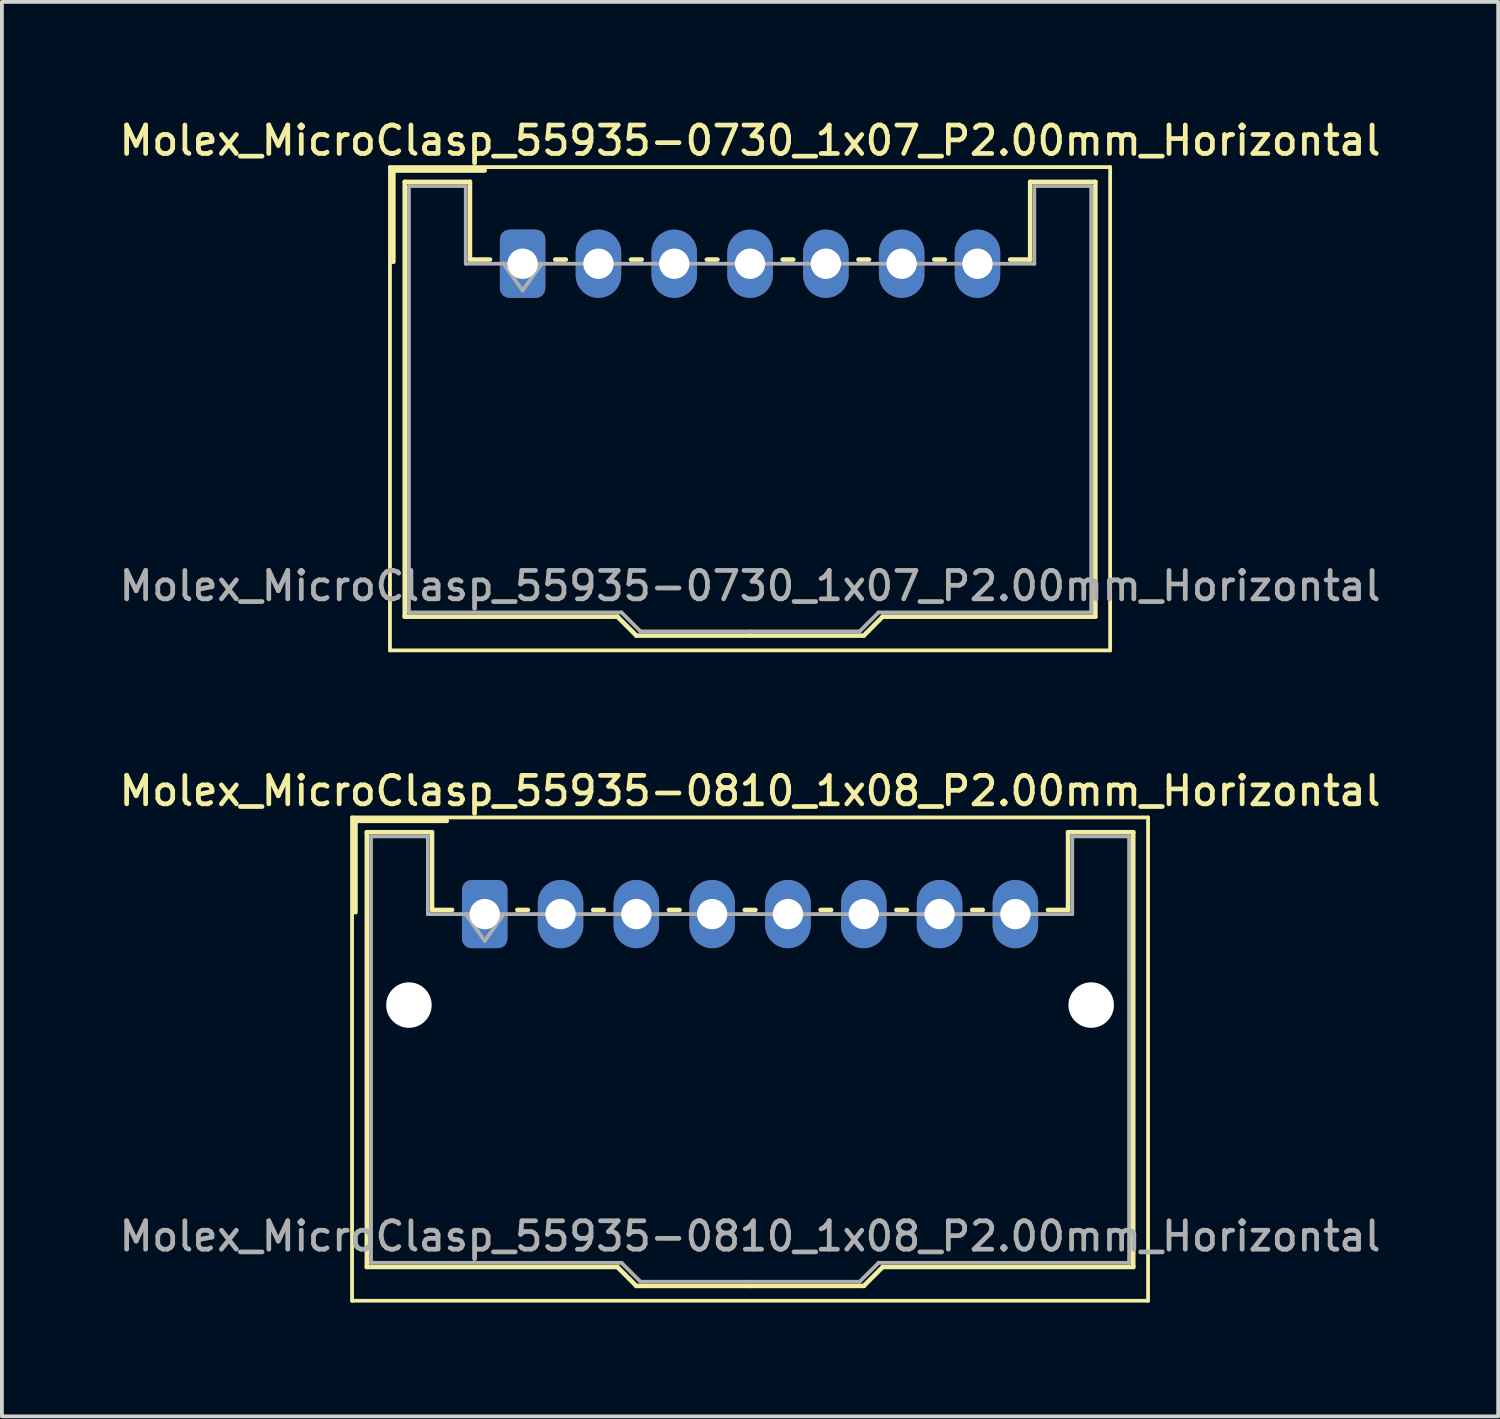
<source format=kicad_pcb>
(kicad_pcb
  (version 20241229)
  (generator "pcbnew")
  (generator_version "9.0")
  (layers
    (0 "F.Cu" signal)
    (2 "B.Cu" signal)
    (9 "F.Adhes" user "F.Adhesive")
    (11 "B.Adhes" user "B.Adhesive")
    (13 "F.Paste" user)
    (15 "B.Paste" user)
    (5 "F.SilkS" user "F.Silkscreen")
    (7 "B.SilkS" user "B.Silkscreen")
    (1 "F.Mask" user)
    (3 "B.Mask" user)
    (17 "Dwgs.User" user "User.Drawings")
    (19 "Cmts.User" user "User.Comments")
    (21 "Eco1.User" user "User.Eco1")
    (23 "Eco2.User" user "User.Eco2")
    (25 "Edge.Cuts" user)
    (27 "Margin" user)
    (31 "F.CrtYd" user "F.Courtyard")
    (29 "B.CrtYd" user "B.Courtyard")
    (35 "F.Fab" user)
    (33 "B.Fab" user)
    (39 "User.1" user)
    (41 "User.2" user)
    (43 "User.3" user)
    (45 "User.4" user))
  (footprint "Molex_MicroClasp_55935-0730_1x07_P2.00mm_Horizontal"
    (layer "F.Cu")
    (at 10.738 3.908)
    (property "Reference" "Molex_MicroClasp_55935-0730_1x07_P2.00mm_Horizontal" (at 6 -3.25 0) (layer "F.SilkS") (effects (font (size 0.75 0.75) (thickness 0.125))))
    (attr through_hole)
    (fp_line (start -3.5 -2.55) (end -3.5 10.2) (stroke (width 0.1) (type solid)) (layer "F.SilkS"))
    (fp_line (start -3.5 10.2) (end 15.5 10.2) (stroke (width 0.1) (type solid)) (layer "F.SilkS"))
    (fp_line (start -3.41 -2.46) (end -1 -2.46) (stroke (width 0.12) (type solid)) (layer "F.SilkS"))
    (fp_line (start -3.41 -0.05) (end -3.41 -2.46) (stroke (width 0.12) (type solid)) (layer "F.SilkS"))
    (fp_line (start -3.11 -2.16) (end -1.39 -2.16) (stroke (width 0.12) (type solid)) (layer "F.SilkS"))
    (fp_line (start -3.11 9.31) (end -3.11 -2.16) (stroke (width 0.12) (type solid)) (layer "F.SilkS"))
    (fp_line (start -1.39 -2.16) (end -1.39 -0.11) (stroke (width 0.12) (type solid)) (layer "F.SilkS"))
    (fp_line (start -1.39 -0.11) (end -0.86 -0.11) (stroke (width 0.12) (type solid)) (layer "F.SilkS"))
    (fp_line (start 0.86 -0.11) (end 1.14 -0.11) (stroke (width 0.12) (type solid)) (layer "F.SilkS"))
    (fp_line (start 2.5 9.31) (end -3.11 9.31) (stroke (width 0.12) (type solid)) (layer "F.SilkS"))
    (fp_line (start 2.86 -0.11) (end 3.14 -0.11) (stroke (width 0.12) (type solid)) (layer "F.SilkS"))
    (fp_line (start 3 9.81) (end 2.5 9.31) (stroke (width 0.12) (type solid)) (layer "F.SilkS"))
    (fp_line (start 4.86 -0.11) (end 5.14 -0.11) (stroke (width 0.12) (type solid)) (layer "F.SilkS"))
    (fp_line (start 6 9.81) (end 3 9.81) (stroke (width 0.12) (type solid)) (layer "F.SilkS"))
    (fp_line (start 6 9.81) (end 9 9.81) (stroke (width 0.12) (type solid)) (layer "F.SilkS"))
    (fp_line (start 6.86 -0.11) (end 7.14 -0.11) (stroke (width 0.12) (type solid)) (layer "F.SilkS"))
    (fp_line (start 8.86 -0.11) (end 9.14 -0.11) (stroke (width 0.12) (type solid)) (layer "F.SilkS"))
    (fp_line (start 9 9.81) (end 9.5 9.31) (stroke (width 0.12) (type solid)) (layer "F.SilkS"))
    (fp_line (start 9.5 9.31) (end 15.11 9.31) (stroke (width 0.12) (type solid)) (layer "F.SilkS"))
    (fp_line (start 10.86 -0.11) (end 11.14 -0.11) (stroke (width 0.12) (type solid)) (layer "F.SilkS"))
    (fp_line (start 13.39 -2.16) (end 13.39 -0.11) (stroke (width 0.12) (type solid)) (layer "F.SilkS"))
    (fp_line (start 13.39 -0.11) (end 12.86 -0.11) (stroke (width 0.12) (type solid)) (layer "F.SilkS"))
    (fp_line (start 15.11 -2.16) (end 13.39 -2.16) (stroke (width 0.12) (type solid)) (layer "F.SilkS"))
    (fp_line (start 15.11 9.31) (end 15.11 -2.16) (stroke (width 0.12) (type solid)) (layer "F.SilkS"))
    (fp_line (start 15.5 -2.55) (end -3.5 -2.55) (stroke (width 0.1) (type solid)) (layer "F.SilkS"))
    (fp_line (start 15.5 10.2) (end 15.5 -2.55) (stroke (width 0.1) (type solid)) (layer "F.SilkS"))
    (fp_line (start -3 -2.05) (end -1.5 -2.05) (stroke (width 0.1) (type solid)) (layer "F.Fab"))
    (fp_line (start -3 9.2) (end -3 -2.05) (stroke (width 0.1) (type solid)) (layer "F.Fab"))
    (fp_line (start -1.5 -2.05) (end -1.5 0) (stroke (width 0.1) (type solid)) (layer "F.Fab"))
    (fp_line (start -1.5 0) (end 6 0) (stroke (width 0.1) (type solid)) (layer "F.Fab"))
    (fp_line (start -0.5 0) (end 0 0.707) (stroke (width 0.1) (type solid)) (layer "F.Fab"))
    (fp_line (start 0 0.707) (end 0.5 0) (stroke (width 0.1) (type solid)) (layer "F.Fab"))
    (fp_line (start 2.61 9.2) (end -3 9.2) (stroke (width 0.1) (type solid)) (layer "F.Fab"))
    (fp_line (start 3.11 9.7) (end 2.61 9.2) (stroke (width 0.1) (type solid)) (layer "F.Fab"))
    (fp_line (start 6 9.7) (end 3.11 9.7) (stroke (width 0.1) (type solid)) (layer "F.Fab"))
    (fp_line (start 6 9.7) (end 8.89 9.7) (stroke (width 0.1) (type solid)) (layer "F.Fab"))
    (fp_line (start 8.89 9.7) (end 9.39 9.2) (stroke (width 0.1) (type solid)) (layer "F.Fab"))
    (fp_line (start 9.39 9.2) (end 15 9.2) (stroke (width 0.1) (type solid)) (layer "F.Fab"))
    (fp_line (start 13.5 -2.05) (end 13.5 0) (stroke (width 0.1) (type solid)) (layer "F.Fab"))
    (fp_line (start 13.5 0) (end 6 0) (stroke (width 0.1) (type solid)) (layer "F.Fab"))
    (fp_line (start 15 -2.05) (end 13.5 -2.05) (stroke (width 0.1) (type solid)) (layer "F.Fab"))
    (fp_line (start 15 9.2) (end 15 -2.05) (stroke (width 0.1) (type solid)) (layer "F.Fab"))
    (fp_text user "${REFERENCE}" (at 6 8.5 0) (layer "F.Fab") (effects (font (size 0.75 0.75) (thickness 0.125))))
    (pad "1" thru_hole roundrect (at 0 0) (size 1.2 1.8) (drill 0.8) (layers "*.Cu" "*.Mask") (roundrect_rratio 0.208))
    (pad "2" thru_hole oval (at 2 0) (size 1.2 1.8) (drill 0.8) (layers "*.Cu" "*.Mask"))
    (pad "3" thru_hole oval (at 4 0) (size 1.2 1.8) (drill 0.8) (layers "*.Cu" "*.Mask"))
    (pad "4" thru_hole oval (at 6 0) (size 1.2 1.8) (drill 0.8) (layers "*.Cu" "*.Mask"))
    (pad "5" thru_hole oval (at 8 0) (size 1.2 1.8) (drill 0.8) (layers "*.Cu" "*.Mask"))
    (pad "6" thru_hole oval (at 10 0) (size 1.2 1.8) (drill 0.8) (layers "*.Cu" "*.Mask"))
    (pad "7" thru_hole oval (at 12 0) (size 1.2 1.8) (drill 0.8) (layers "*.Cu" "*.Mask")))
  (footprint "Molex_MicroClasp_55935-0810_1x08_P2.00mm_Horizontal"
    (layer "F.Cu")
    (at 9.738 21.066)
    (property "Reference" "Molex_MicroClasp_55935-0810_1x08_P2.00mm_Horizontal" (at 7 -3.25 0) (layer "F.SilkS") (effects (font (size 0.75 0.75) (thickness 0.125))))
    (attr through_hole)
    (fp_line (start -3.5 -2.55) (end -3.5 10.2) (stroke (width 0.1) (type solid)) (layer "F.SilkS"))
    (fp_line (start -3.5 10.2) (end 17.5 10.2) (stroke (width 0.1) (type solid)) (layer "F.SilkS"))
    (fp_line (start -3.41 -2.46) (end -1 -2.46) (stroke (width 0.12) (type solid)) (layer "F.SilkS"))
    (fp_line (start -3.41 -0.05) (end -3.41 -2.46) (stroke (width 0.12) (type solid)) (layer "F.SilkS"))
    (fp_line (start -3.11 -2.16) (end -1.39 -2.16) (stroke (width 0.12) (type solid)) (layer "F.SilkS"))
    (fp_line (start -3.11 9.31) (end -3.11 -2.16) (stroke (width 0.12) (type solid)) (layer "F.SilkS"))
    (fp_line (start -1.39 -2.16) (end -1.39 -0.11) (stroke (width 0.12) (type solid)) (layer "F.SilkS"))
    (fp_line (start -1.39 -0.11) (end -0.86 -0.11) (stroke (width 0.12) (type solid)) (layer "F.SilkS"))
    (fp_line (start 0.86 -0.11) (end 1.14 -0.11) (stroke (width 0.12) (type solid)) (layer "F.SilkS"))
    (fp_line (start 2.86 -0.11) (end 3.14 -0.11) (stroke (width 0.12) (type solid)) (layer "F.SilkS"))
    (fp_line (start 3.5 9.31) (end -3.11 9.31) (stroke (width 0.12) (type solid)) (layer "F.SilkS"))
    (fp_line (start 4 9.81) (end 3.5 9.31) (stroke (width 0.12) (type solid)) (layer "F.SilkS"))
    (fp_line (start 4.86 -0.11) (end 5.14 -0.11) (stroke (width 0.12) (type solid)) (layer "F.SilkS"))
    (fp_line (start 6.86 -0.11) (end 7.14 -0.11) (stroke (width 0.12) (type solid)) (layer "F.SilkS"))
    (fp_line (start 7 9.81) (end 4 9.81) (stroke (width 0.12) (type solid)) (layer "F.SilkS"))
    (fp_line (start 7 9.81) (end 10 9.81) (stroke (width 0.12) (type solid)) (layer "F.SilkS"))
    (fp_line (start 8.86 -0.11) (end 9.14 -0.11) (stroke (width 0.12) (type solid)) (layer "F.SilkS"))
    (fp_line (start 10 9.81) (end 10.5 9.31) (stroke (width 0.12) (type solid)) (layer "F.SilkS"))
    (fp_line (start 10.5 9.31) (end 17.11 9.31) (stroke (width 0.12) (type solid)) (layer "F.SilkS"))
    (fp_line (start 10.86 -0.11) (end 11.14 -0.11) (stroke (width 0.12) (type solid)) (layer "F.SilkS"))
    (fp_line (start 12.86 -0.11) (end 13.14 -0.11) (stroke (width 0.12) (type solid)) (layer "F.SilkS"))
    (fp_line (start 15.39 -2.16) (end 15.39 -0.11) (stroke (width 0.12) (type solid)) (layer "F.SilkS"))
    (fp_line (start 15.39 -0.11) (end 14.86 -0.11) (stroke (width 0.12) (type solid)) (layer "F.SilkS"))
    (fp_line (start 17.11 -2.16) (end 15.39 -2.16) (stroke (width 0.12) (type solid)) (layer "F.SilkS"))
    (fp_line (start 17.11 9.31) (end 17.11 -2.16) (stroke (width 0.12) (type solid)) (layer "F.SilkS"))
    (fp_line (start 17.5 -2.55) (end -3.5 -2.55) (stroke (width 0.1) (type solid)) (layer "F.SilkS"))
    (fp_line (start 17.5 10.2) (end 17.5 -2.55) (stroke (width 0.1) (type solid)) (layer "F.SilkS"))
    (fp_line (start -3 -2.05) (end -1.5 -2.05) (stroke (width 0.1) (type solid)) (layer "F.Fab"))
    (fp_line (start -3 9.2) (end -3 -2.05) (stroke (width 0.1) (type solid)) (layer "F.Fab"))
    (fp_line (start -1.5 -2.05) (end -1.5 0) (stroke (width 0.1) (type solid)) (layer "F.Fab"))
    (fp_line (start -1.5 0) (end 7 0) (stroke (width 0.1) (type solid)) (layer "F.Fab"))
    (fp_line (start -0.5 0) (end 0 0.707) (stroke (width 0.1) (type solid)) (layer "F.Fab"))
    (fp_line (start 0 0.707) (end 0.5 0) (stroke (width 0.1) (type solid)) (layer "F.Fab"))
    (fp_line (start 3.61 9.2) (end -3 9.2) (stroke (width 0.1) (type solid)) (layer "F.Fab"))
    (fp_line (start 4.11 9.7) (end 3.61 9.2) (stroke (width 0.1) (type solid)) (layer "F.Fab"))
    (fp_line (start 7 9.7) (end 4.11 9.7) (stroke (width 0.1) (type solid)) (layer "F.Fab"))
    (fp_line (start 7 9.7) (end 9.89 9.7) (stroke (width 0.1) (type solid)) (layer "F.Fab"))
    (fp_line (start 9.89 9.7) (end 10.39 9.2) (stroke (width 0.1) (type solid)) (layer "F.Fab"))
    (fp_line (start 10.39 9.2) (end 17 9.2) (stroke (width 0.1) (type solid)) (layer "F.Fab"))
    (fp_line (start 15.5 -2.05) (end 15.5 0) (stroke (width 0.1) (type solid)) (layer "F.Fab"))
    (fp_line (start 15.5 0) (end 7 0) (stroke (width 0.1) (type solid)) (layer "F.Fab"))
    (fp_line (start 17 -2.05) (end 15.5 -2.05) (stroke (width 0.1) (type solid)) (layer "F.Fab"))
    (fp_line (start 17 9.2) (end 17 -2.05) (stroke (width 0.1) (type solid)) (layer "F.Fab"))
    (fp_text user "${REFERENCE}" (at 7 8.5 0) (layer "F.Fab") (effects (font (size 0.75 0.75) (thickness 0.125))))
    (pad "" np_thru_hole circle (at -2 2.4) (size 1.2 1.2) (drill 1.2) (layers "*.Cu" "*.Mask"))
    (pad "" np_thru_hole circle (at 16 2.4) (size 1.2 1.2) (drill 1.2) (layers "*.Cu" "*.Mask"))
    (pad "1" thru_hole roundrect (at 0 0) (size 1.2 1.8) (drill 0.8) (layers "*.Cu" "*.Mask") (roundrect_rratio 0.208))
    (pad "2" thru_hole oval (at 2 0) (size 1.2 1.8) (drill 0.8) (layers "*.Cu" "*.Mask"))
    (pad "3" thru_hole oval (at 4 0) (size 1.2 1.8) (drill 0.8) (layers "*.Cu" "*.Mask"))
    (pad "4" thru_hole oval (at 6 0) (size 1.2 1.8) (drill 0.8) (layers "*.Cu" "*.Mask"))
    (pad "5" thru_hole oval (at 8 0) (size 1.2 1.8) (drill 0.8) (layers "*.Cu" "*.Mask"))
    (pad "6" thru_hole oval (at 10 0) (size 1.2 1.8) (drill 0.8) (layers "*.Cu" "*.Mask"))
    (pad "7" thru_hole oval (at 12 0) (size 1.2 1.8) (drill 0.8) (layers "*.Cu" "*.Mask"))
    (pad "8" thru_hole oval (at 14 0) (size 1.2 1.8) (drill 0.8) (layers "*.Cu" "*.Mask")))
  (gr_rect
    (start -3 -3)
    (end 36.475 34.316)
    (stroke (width 0.1) (type default))
    (fill no)
    (layer "Edge.Cuts")))
</source>
